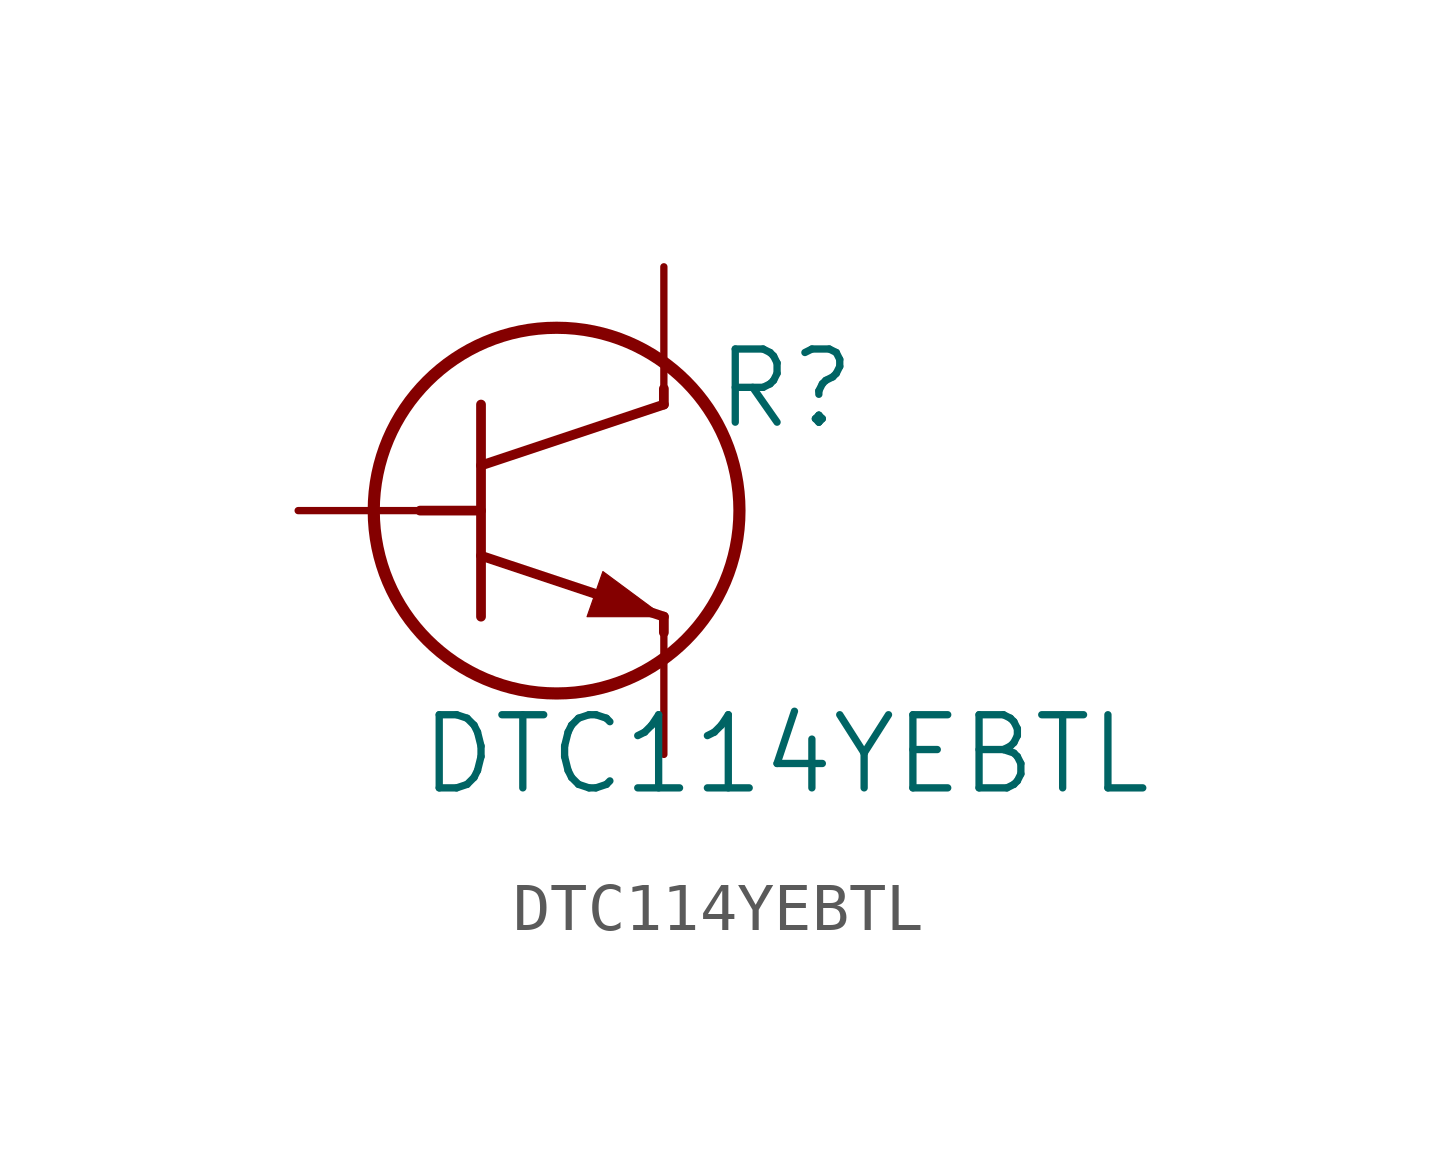
<source format=kicad_sym>
(kicad_symbol_lib
  (version 20241209)
  (generator "kicad_symbol_editor")
  (generator_version "9.0")
  (symbol "DTC114YEBTL"
    (pin_numbers
      (hide yes))
    (pin_names
      (offset 0)
      (hide yes))
    (property "Reference" "R"
      (at 10.16 2.54 0)
      (effects (font (size 1.524 1.524))))
    (property "Value" "DTC114YEBTL"
      (at 10.16 -5.08 0)
      (effects (font (size 1.524 1.524))))
    (property "Datasheet" ""
      (at 0 0 0)
      (effects (font (size 1.524 1.524))))
    (property "ki_locked" ""
      (at 0 0 0)
      (effects (font (size 1.27 1.27))))
    (symbol "DTC114YEBTL_1_1"
      (polyline (pts (xy 2.54 0) (xy 3.81 0)) (stroke (width 0.203) (type solid)) (fill (type none)))
      (polyline (pts (xy 3.81 0.94) (xy 7.62 2.21)) (stroke (width 0.203) (type solid)) (fill (type none)))
      (polyline (pts (xy 3.81 -0.94) (xy 7.62 -2.21)) (stroke (width 0.203) (type solid)) (fill (type none)))
      (polyline (pts (xy 3.81 -2.21) (xy 3.81 2.21)) (stroke (width 0.203) (type solid)) (fill (type none)))
      (circle (center 5.385 0) (radius 3.81) (stroke (width 0.254) (type solid)) (fill (type none)))
      (polyline (pts (xy 6.02 -2.21) (xy 6.35 -1.27) (xy 7.62 -2.21) (xy 6.02 -2.21)) (stroke (width 0.025) (type solid)) (fill (type outline)))
      (polyline (pts (xy 7.62 2.21) (xy 7.62 2.54)) (stroke (width 0.203) (type solid)) (fill (type none)))
      (polyline (pts (xy 7.62 -2.54) (xy 7.62 -2.21)) (stroke (width 0.203) (type solid)) (fill (type none)))
      (pin unspecified line (at 0 0 0) (length 2.54) (name "GND" (effects (font (size 1.499 1.499)))) (number "2" (effects (font (size 1.499 1.499)))))
      (pin unspecified line (at 7.62 5.08 270) (length 2.54) (name "OUT" (effects (font (size 1.499 1.499)))) (number "3" (effects (font (size 1.499 1.499)))))
      (pin unspecified line (at 7.62 -5.08 90) (length 2.54) (name "IN" (effects (font (size 1.499 1.499)))) (number "1" (effects (font (size 1.499 1.499))))))))
</source>
